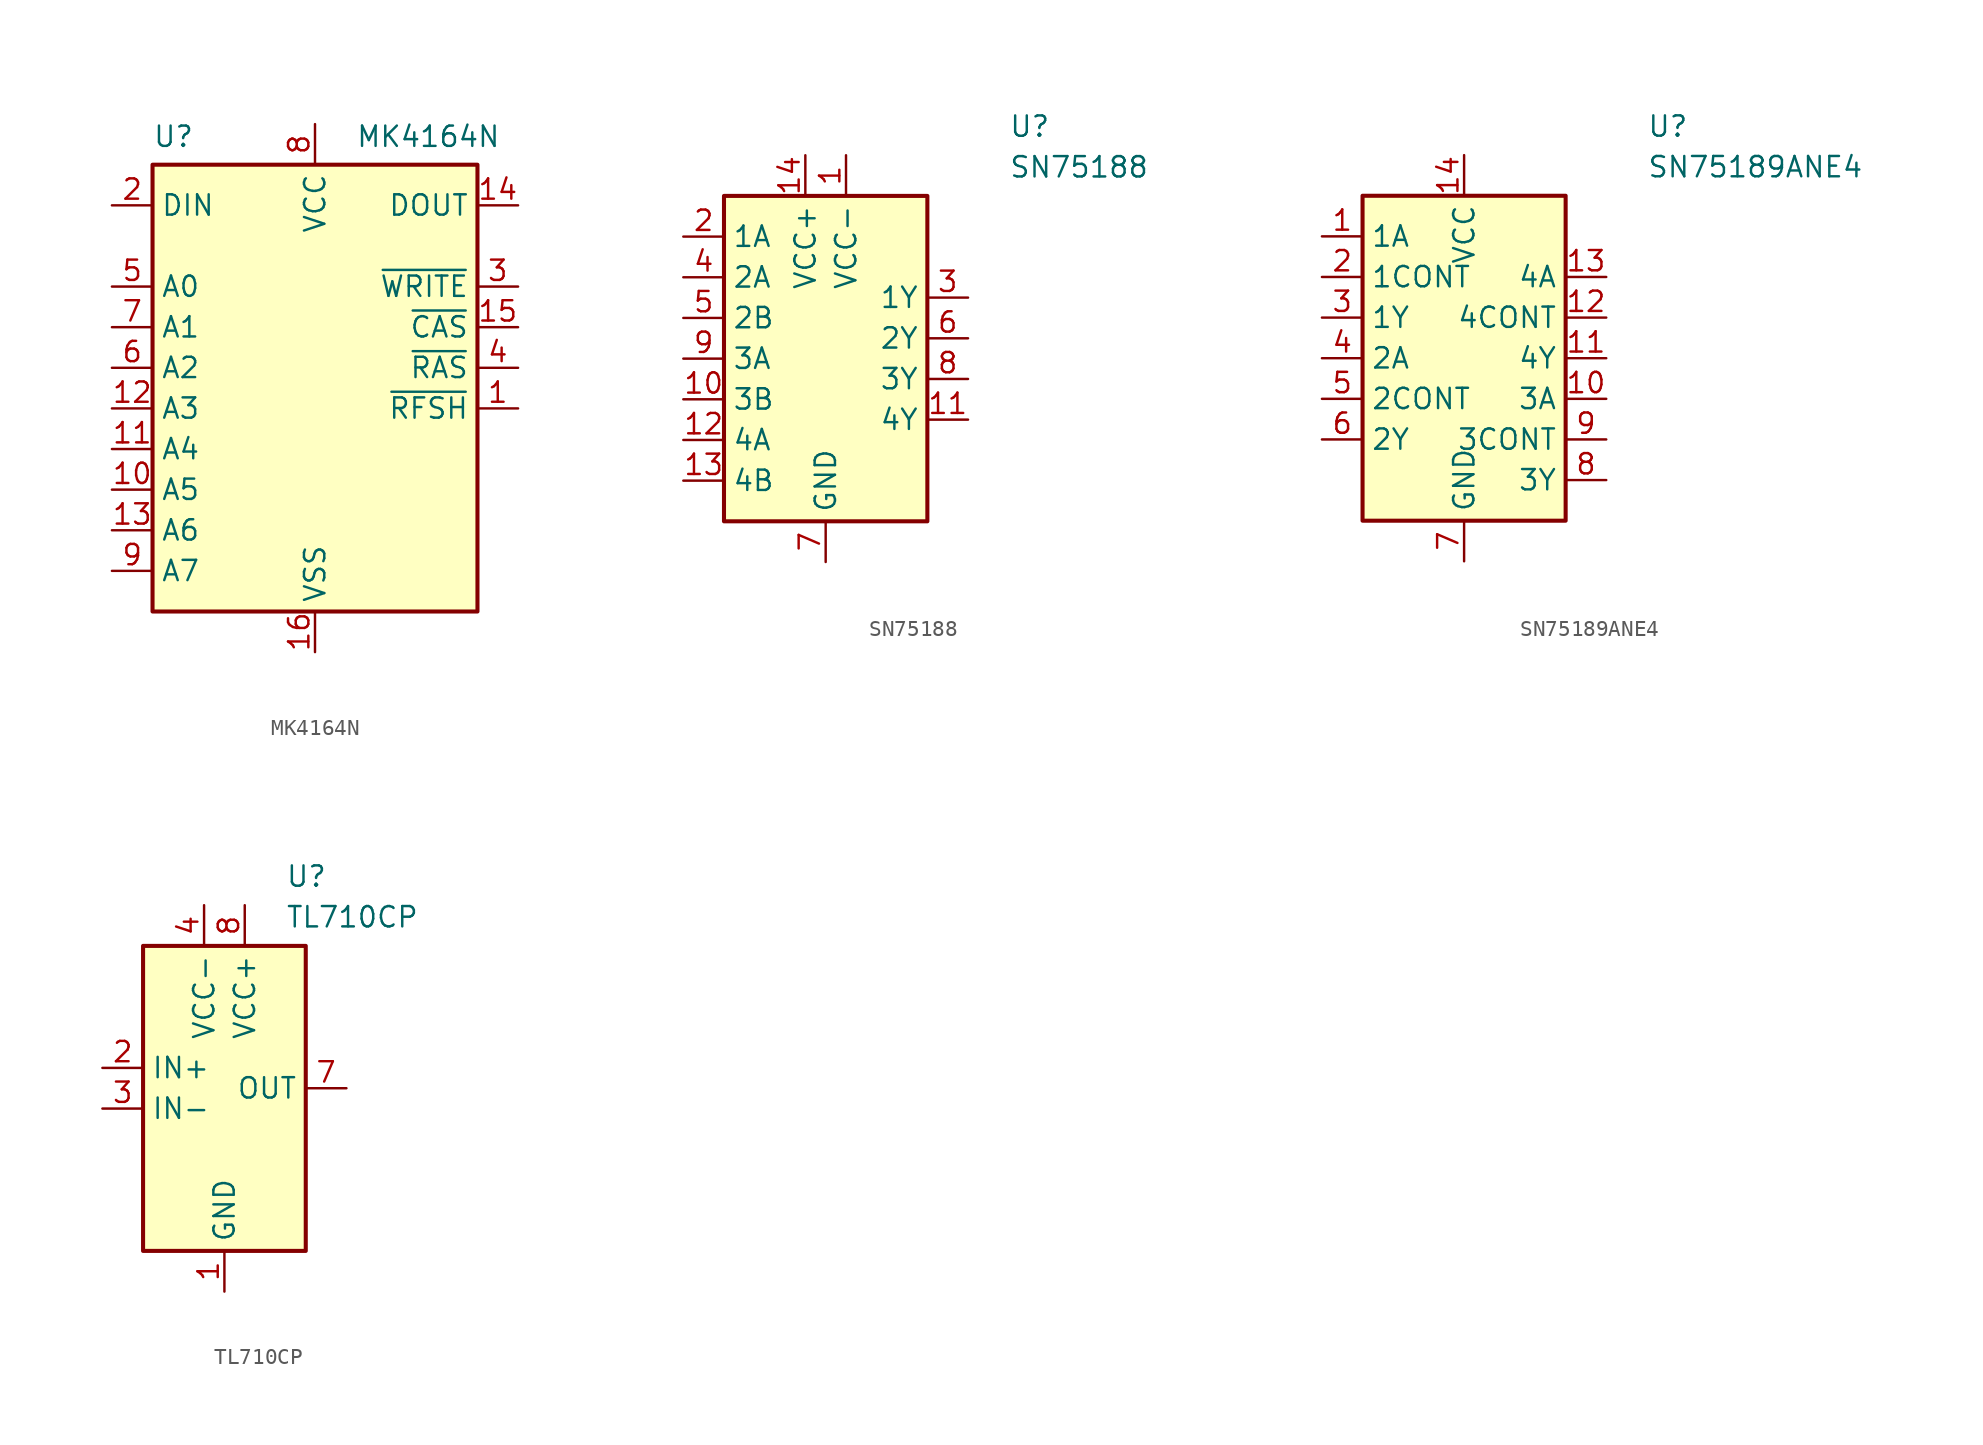
<source format=kicad_sym>
(kicad_symbol_lib
  (version 20241209)
  (generator "kicad_symbol_editor")
  (generator_version "9.0")
  (symbol "MK4164N"
    (property "Reference" "U"
      (at -10.16 16.256 0)
      (effects (font (size 1.27 1.27)) (justify left bottom)))
    (property "Value" "MK4164N"
      (at 2.54 16.256 0)
      (effects (font (size 1.27 1.27)) (justify left bottom)))
    (symbol "MK4164N_0_0"
      (pin input line (at -12.7 -10.16 0) (length 2.54) (name "A7" (effects (font (size 1.27 1.27)))) (number "9" (effects (font (size 1.27 1.27)))))
      (pin power_in line (at 0 17.78 270) (length 2.54) (name "VCC" (effects (font (size 1.27 1.27)))) (number "8" (effects (font (size 1.27 1.27)))))
      (pin power_in line (at 0 -15.24 90) (length 2.54) (name "VSS" (effects (font (size 1.27 1.27)))) (number "16" (effects (font (size 1.27 1.27)))))
      (pin input line (at 12.7 0 180) (length 2.54) (name "~{RFSH}" (effects (font (size 1.27 1.27)))) (number "1" (effects (font (size 1.27 1.27))))))
    (symbol "MK4164N_0_1"
      (rectangle (start -10.16 15.24) (end 10.16 -12.7) (stroke (width 0.254) (type default)) (fill (type background))))
    (symbol "MK4164N_1_1"
      (pin input line (at -12.7 12.7 0) (length 2.54) (name "DIN" (effects (font (size 1.27 1.27)))) (number "2" (effects (font (size 1.27 1.27)))))
      (pin input line (at -12.7 7.62 0) (length 2.54) (name "A0" (effects (font (size 1.27 1.27)))) (number "5" (effects (font (size 1.27 1.27)))))
      (pin input line (at -12.7 5.08 0) (length 2.54) (name "A1" (effects (font (size 1.27 1.27)))) (number "7" (effects (font (size 1.27 1.27)))))
      (pin input line (at -12.7 2.54 0) (length 2.54) (name "A2" (effects (font (size 1.27 1.27)))) (number "6" (effects (font (size 1.27 1.27)))))
      (pin input line (at -12.7 0 0) (length 2.54) (name "A3" (effects (font (size 1.27 1.27)))) (number "12" (effects (font (size 1.27 1.27)))))
      (pin input line (at -12.7 -2.54 0) (length 2.54) (name "A4" (effects (font (size 1.27 1.27)))) (number "11" (effects (font (size 1.27 1.27)))))
      (pin input line (at -12.7 -5.08 0) (length 2.54) (name "A5" (effects (font (size 1.27 1.27)))) (number "10" (effects (font (size 1.27 1.27)))))
      (pin input line (at -12.7 -7.62 0) (length 2.54) (name "A6" (effects (font (size 1.27 1.27)))) (number "13" (effects (font (size 1.27 1.27)))))
      (pin tri_state line (at 12.7 12.7 180) (length 2.54) (name "DOUT" (effects (font (size 1.27 1.27)))) (number "14" (effects (font (size 1.27 1.27)))))
      (pin input line (at 12.7 7.62 180) (length 2.54) (name "~{WRITE}" (effects (font (size 1.27 1.27)))) (number "3" (effects (font (size 1.27 1.27)))))
      (pin input line (at 12.7 5.08 180) (length 2.54) (name "~{CAS}" (effects (font (size 1.27 1.27)))) (number "15" (effects (font (size 1.27 1.27)))))
      (pin input line (at 12.7 2.54 180) (length 2.54) (name "~{RAS}" (effects (font (size 1.27 1.27)))) (number "4" (effects (font (size 1.27 1.27)))))))
  (symbol "SN75188"
    (property "Reference" "U"
      (at 11.43 7.62 0)
      (effects (font (size 1.27 1.27)) (justify left top)))
    (property "Value" "SN75188"
      (at 11.43 5.08 0)
      (effects (font (size 1.27 1.27)) (justify left top)))
    (symbol "SN75188_1_1"
      (rectangle (start -6.35 2.54) (end 6.35 -17.78) (stroke (width 0.254) (type default)) (fill (type background)))
      (pin input line (at -8.89 0 0) (length 2.54) (name "1A" (effects (font (size 1.27 1.27)))) (number "2" (effects (font (size 1.27 1.27)))))
      (pin input line (at -8.89 -2.54 0) (length 2.54) (name "2A" (effects (font (size 1.27 1.27)))) (number "4" (effects (font (size 1.27 1.27)))))
      (pin input line (at -8.89 -5.08 0) (length 2.54) (name "2B" (effects (font (size 1.27 1.27)))) (number "5" (effects (font (size 1.27 1.27)))))
      (pin input line (at -8.89 -7.62 0) (length 2.54) (name "3A" (effects (font (size 1.27 1.27)))) (number "9" (effects (font (size 1.27 1.27)))))
      (pin input line (at -8.89 -10.16 0) (length 2.54) (name "3B" (effects (font (size 1.27 1.27)))) (number "10" (effects (font (size 1.27 1.27)))))
      (pin input line (at -8.89 -12.7 0) (length 2.54) (name "4A" (effects (font (size 1.27 1.27)))) (number "12" (effects (font (size 1.27 1.27)))))
      (pin input line (at -8.89 -15.24 0) (length 2.54) (name "4B" (effects (font (size 1.27 1.27)))) (number "13" (effects (font (size 1.27 1.27)))))
      (pin power_in line (at -1.27 5.08 270) (length 2.54) (name "VCC+" (effects (font (size 1.27 1.27)))) (number "14" (effects (font (size 1.27 1.27)))))
      (pin power_in line (at 0 -20.32 90) (length 2.54) (name "GND" (effects (font (size 1.27 1.27)))) (number "7" (effects (font (size 1.27 1.27)))))
      (pin power_in line (at 1.27 5.08 270) (length 2.54) (name "VCC-" (effects (font (size 1.27 1.27)))) (number "1" (effects (font (size 1.27 1.27)))))
      (pin output line (at 8.89 -3.81 180) (length 2.54) (name "1Y" (effects (font (size 1.27 1.27)))) (number "3" (effects (font (size 1.27 1.27)))))
      (pin output line (at 8.89 -6.35 180) (length 2.54) (name "2Y" (effects (font (size 1.27 1.27)))) (number "6" (effects (font (size 1.27 1.27)))))
      (pin output line (at 8.89 -8.89 180) (length 2.54) (name "3Y" (effects (font (size 1.27 1.27)))) (number "8" (effects (font (size 1.27 1.27)))))
      (pin output line (at 8.89 -11.43 180) (length 2.54) (name "4Y" (effects (font (size 1.27 1.27)))) (number "11" (effects (font (size 1.27 1.27)))))))
  (symbol "SN75189ANE4"
    (property "Reference" "U"
      (at 11.43 7.62 0)
      (effects (font (size 1.27 1.27)) (justify left top)))
    (property "Value" "SN75189ANE4"
      (at 11.43 5.08 0)
      (effects (font (size 1.27 1.27)) (justify left top)))
    (symbol "SN75189ANE4_1_1"
      (rectangle (start -6.35 2.54) (end 6.35 -17.78) (stroke (width 0.254) (type default)) (fill (type background)))
      (pin input line (at -8.89 0 0) (length 2.54) (name "1A" (effects (font (size 1.27 1.27)))) (number "1" (effects (font (size 1.27 1.27)))))
      (pin input line (at -8.89 -2.54 0) (length 2.54) (name "1CONT" (effects (font (size 1.27 1.27)))) (number "2" (effects (font (size 1.27 1.27)))))
      (pin output line (at -8.89 -5.08 0) (length 2.54) (name "1Y" (effects (font (size 1.27 1.27)))) (number "3" (effects (font (size 1.27 1.27)))))
      (pin input line (at -8.89 -7.62 0) (length 2.54) (name "2A" (effects (font (size 1.27 1.27)))) (number "4" (effects (font (size 1.27 1.27)))))
      (pin input line (at -8.89 -10.16 0) (length 2.54) (name "2CONT" (effects (font (size 1.27 1.27)))) (number "5" (effects (font (size 1.27 1.27)))))
      (pin output line (at -8.89 -12.7 0) (length 2.54) (name "2Y" (effects (font (size 1.27 1.27)))) (number "6" (effects (font (size 1.27 1.27)))))
      (pin power_in line (at 0 5.08 270) (length 2.54) (name "VCC" (effects (font (size 1.27 1.27)))) (number "14" (effects (font (size 1.27 1.27)))))
      (pin power_in line (at 0 -20.32 90) (length 2.54) (name "GND" (effects (font (size 1.27 1.27)))) (number "7" (effects (font (size 1.27 1.27)))))
      (pin input line (at 8.89 -2.54 180) (length 2.54) (name "4A" (effects (font (size 1.27 1.27)))) (number "13" (effects (font (size 1.27 1.27)))))
      (pin input line (at 8.89 -5.08 180) (length 2.54) (name "4CONT" (effects (font (size 1.27 1.27)))) (number "12" (effects (font (size 1.27 1.27)))))
      (pin output line (at 8.89 -7.62 180) (length 2.54) (name "4Y" (effects (font (size 1.27 1.27)))) (number "11" (effects (font (size 1.27 1.27)))))
      (pin input line (at 8.89 -10.16 180) (length 2.54) (name "3A" (effects (font (size 1.27 1.27)))) (number "10" (effects (font (size 1.27 1.27)))))
      (pin input line (at 8.89 -12.7 180) (length 2.54) (name "3CONT" (effects (font (size 1.27 1.27)))) (number "9" (effects (font (size 1.27 1.27)))))
      (pin output line (at 8.89 -15.24 180) (length 2.54) (name "3Y" (effects (font (size 1.27 1.27)))) (number "8" (effects (font (size 1.27 1.27)))))))
  (symbol "TL710CP"
    (property "Reference" "U"
      (at 3.81 5.08 0)
      (effects (font (size 1.27 1.27)) (justify left top)))
    (property "Value" "TL710CP"
      (at 3.81 2.54 0)
      (effects (font (size 1.27 1.27)) (justify left top)))
    (symbol "TL710CP_1_1"
      (rectangle (start -5.08 0) (end 5.08 -19.05) (stroke (width 0.254) (type default)) (fill (type background)))
      (pin input line (at -7.62 -7.62 0) (length 2.54) (name "IN+" (effects (font (size 1.27 1.27)))) (number "2" (effects (font (size 1.27 1.27)))))
      (pin input line (at -7.62 -10.16 0) (length 2.54) (name "IN-" (effects (font (size 1.27 1.27)))) (number "3" (effects (font (size 1.27 1.27)))))
      (pin power_in line (at -1.27 2.54 270) (length 2.54) (name "VCC-" (effects (font (size 1.27 1.27)))) (number "4" (effects (font (size 1.27 1.27)))))
      (pin power_in line (at 0 -21.59 90) (length 2.54) (name "GND" (effects (font (size 1.27 1.27)))) (number "1" (effects (font (size 1.27 1.27)))))
      (pin power_in line (at 1.27 2.54 270) (length 2.54) (name "VCC+" (effects (font (size 1.27 1.27)))) (number "8" (effects (font (size 1.27 1.27)))))
      (pin output line (at 7.62 -8.89 180) (length 2.54) (name "OUT" (effects (font (size 1.27 1.27)))) (number "7" (effects (font (size 1.27 1.27)))))
      (pin no_connect line (at 7.62 -11.43 180) (length 2.54) (hide yes) (name "NC" (effects (font (size 1.27 1.27)))) (number "6" (effects (font (size 1.27 1.27)))))
      (pin no_connect line (at 7.62 -13.97 180) (length 2.54) (hide yes) (name "NC" (effects (font (size 1.27 1.27)))) (number "5" (effects (font (size 1.27 1.27))))))))
</source>
